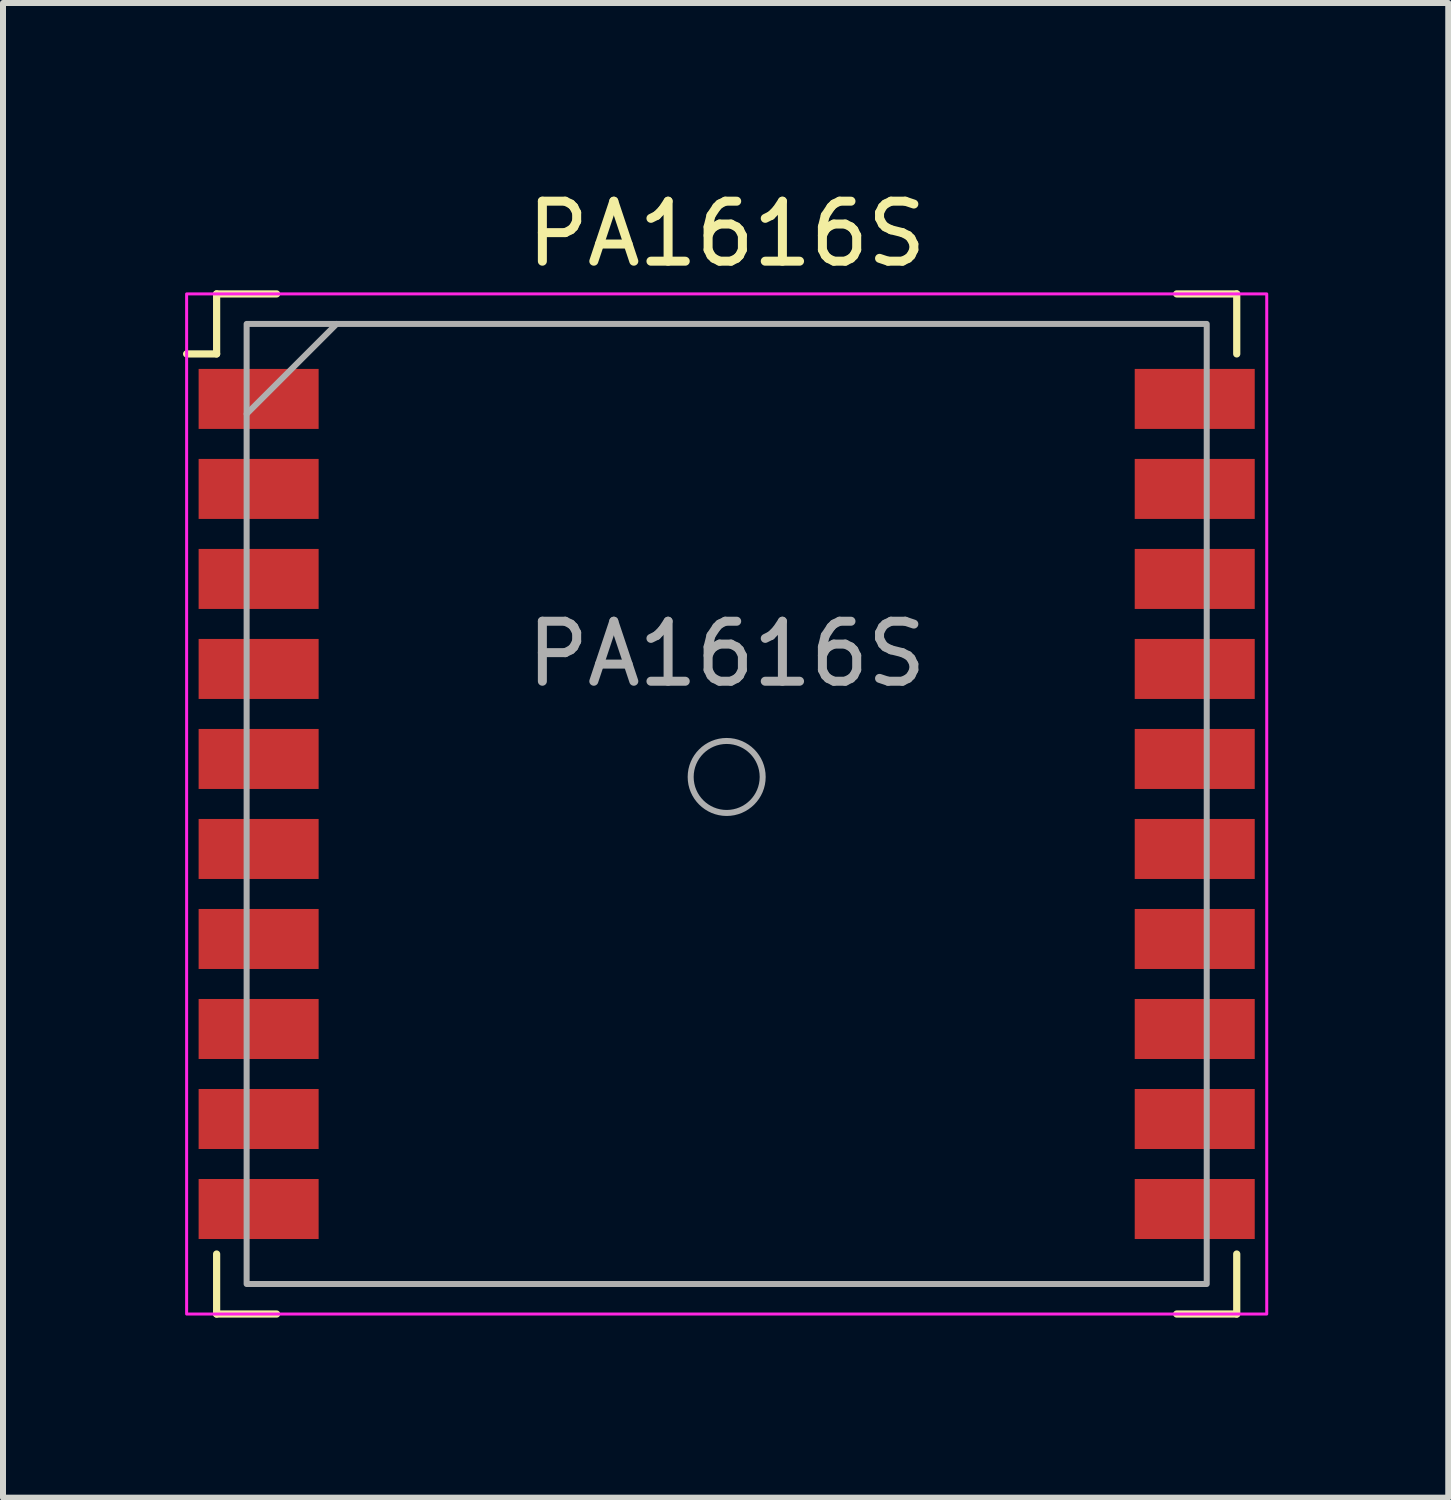
<source format=kicad_pcb>
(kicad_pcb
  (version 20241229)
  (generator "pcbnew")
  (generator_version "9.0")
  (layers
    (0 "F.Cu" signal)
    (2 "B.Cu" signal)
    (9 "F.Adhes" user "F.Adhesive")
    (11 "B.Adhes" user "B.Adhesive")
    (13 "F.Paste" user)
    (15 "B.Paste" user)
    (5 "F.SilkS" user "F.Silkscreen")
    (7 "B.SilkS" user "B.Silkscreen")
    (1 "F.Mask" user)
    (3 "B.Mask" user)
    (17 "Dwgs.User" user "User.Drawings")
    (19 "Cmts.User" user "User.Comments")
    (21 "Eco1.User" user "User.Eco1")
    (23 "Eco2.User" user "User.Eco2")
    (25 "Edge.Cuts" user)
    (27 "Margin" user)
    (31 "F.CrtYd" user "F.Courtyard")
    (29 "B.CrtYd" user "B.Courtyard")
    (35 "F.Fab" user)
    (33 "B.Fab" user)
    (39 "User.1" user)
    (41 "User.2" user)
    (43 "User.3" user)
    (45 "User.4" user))
  (footprint "PA1616S"
    (layer "F.Cu")
    (at 9.06 10.348)
    (property "Reference" "PA1616S" (at 0 -9.5 0) (unlocked yes) (layer "F.SilkS") (effects (font (size 1 1) (thickness 0.15))))
    (attr smd)
    (fp_line (start -8.5 -8.5) (end -7.5 -8.5) (stroke (width 0.12) (type default)) (layer "F.SilkS"))
    (fp_line (start -8.5 -7.5) (end -9 -7.5) (stroke (width 0.12) (type default)) (layer "F.SilkS"))
    (fp_line (start -8.5 -7.5) (end -8.5 -8.5) (stroke (width 0.12) (type default)) (layer "F.SilkS"))
    (fp_line (start -8.5 7.5) (end -8.5 8.5) (stroke (width 0.12) (type default)) (layer "F.SilkS"))
    (fp_line (start -8.5 8.5) (end -7.5 8.5) (stroke (width 0.12) (type default)) (layer "F.SilkS"))
    (fp_line (start 7.5 -8.5) (end 8.5 -8.5) (stroke (width 0.12) (type default)) (layer "F.SilkS"))
    (fp_line (start 8.5 -7.5) (end 8.5 -8.5) (stroke (width 0.12) (type default)) (layer "F.SilkS"))
    (fp_line (start 8.5 7.5) (end 8.5 8.5) (stroke (width 0.12) (type default)) (layer "F.SilkS"))
    (fp_line (start 8.5 8.5) (end 7.5 8.5) (stroke (width 0.12) (type default)) (layer "F.SilkS"))
    (fp_rect (start -9 -8.5) (end 9 8.5) (stroke (width 0.05) (type default)) (fill no) (layer "F.CrtYd"))
    (fp_line (start -8 -6.5) (end -6.5 -8) (stroke (width 0.1) (type default)) (layer "F.Fab"))
    (fp_rect (start -8 -8) (end 8 8) (stroke (width 0.1) (type default)) (fill no) (layer "F.Fab"))
    (fp_circle (center 0 -0.45) (end 0.6 -0.45) (stroke (width 0.1) (type default)) (fill no) (layer "F.Fab"))
    (fp_text user "${REFERENCE}" (at 0 -2.5 0) (unlocked yes) (layer "F.Fab") (effects (font (size 1 1) (thickness 0.15))))
    (pad "1" smd rect (at -7.8 -6.75) (size 2 1) (layers "F.Cu" "F.Mask" "F.Paste"))
    (pad "2" smd rect (at -7.8 -5.25) (size 2 1) (layers "F.Cu" "F.Mask" "F.Paste"))
    (pad "3" smd rect (at -7.8 -3.75) (size 2 1) (layers "F.Cu" "F.Mask" "F.Paste"))
    (pad "4" smd rect (at -7.8 -2.25) (size 2 1) (layers "F.Cu" "F.Mask" "F.Paste"))
    (pad "5" smd rect (at -7.8 -0.75) (size 2 1) (layers "F.Cu" "F.Mask" "F.Paste"))
    (pad "6" smd rect (at -7.8 0.75) (size 2 1) (layers "F.Cu" "F.Mask" "F.Paste"))
    (pad "7" smd rect (at -7.8 2.25) (size 2 1) (layers "F.Cu" "F.Mask" "F.Paste"))
    (pad "8" smd rect (at -7.8 3.75) (size 2 1) (layers "F.Cu" "F.Mask" "F.Paste"))
    (pad "9" smd rect (at -7.8 5.25) (size 2 1) (layers "F.Cu" "F.Mask" "F.Paste"))
    (pad "10" smd rect (at -7.8 6.75) (size 2 1) (layers "F.Cu" "F.Mask" "F.Paste"))
    (pad "11" smd rect (at 7.8 6.75) (size 2 1) (layers "F.Cu" "F.Mask" "F.Paste"))
    (pad "12" smd rect (at 7.8 5.25) (size 2 1) (layers "F.Cu" "F.Mask" "F.Paste"))
    (pad "13" smd rect (at 7.8 3.75) (size 2 1) (layers "F.Cu" "F.Mask" "F.Paste"))
    (pad "14" smd rect (at 7.8 2.25) (size 2 1) (layers "F.Cu" "F.Mask" "F.Paste"))
    (pad "15" smd rect (at 7.8 0.75) (size 2 1) (layers "F.Cu" "F.Mask" "F.Paste"))
    (pad "16" smd rect (at 7.8 -0.75) (size 2 1) (layers "F.Cu" "F.Mask" "F.Paste"))
    (pad "17" smd rect (at 7.8 -2.25) (size 2 1) (layers "F.Cu" "F.Mask" "F.Paste"))
    (pad "18" smd rect (at 7.8 -3.75) (size 2 1) (layers "F.Cu" "F.Mask" "F.Paste"))
    (pad "19" smd rect (at 7.8 -5.25) (size 2 1) (layers "F.Cu" "F.Mask" "F.Paste"))
    (pad "20" smd rect (at 7.8 -6.75) (size 2 1) (layers "F.Cu" "F.Mask" "F.Paste")))
  (gr_rect
    (start -3 -3)
    (end 21.085 21.908)
    (stroke (width 0.1) (type default))
    (fill no)
    (layer "Edge.Cuts")))
</source>
